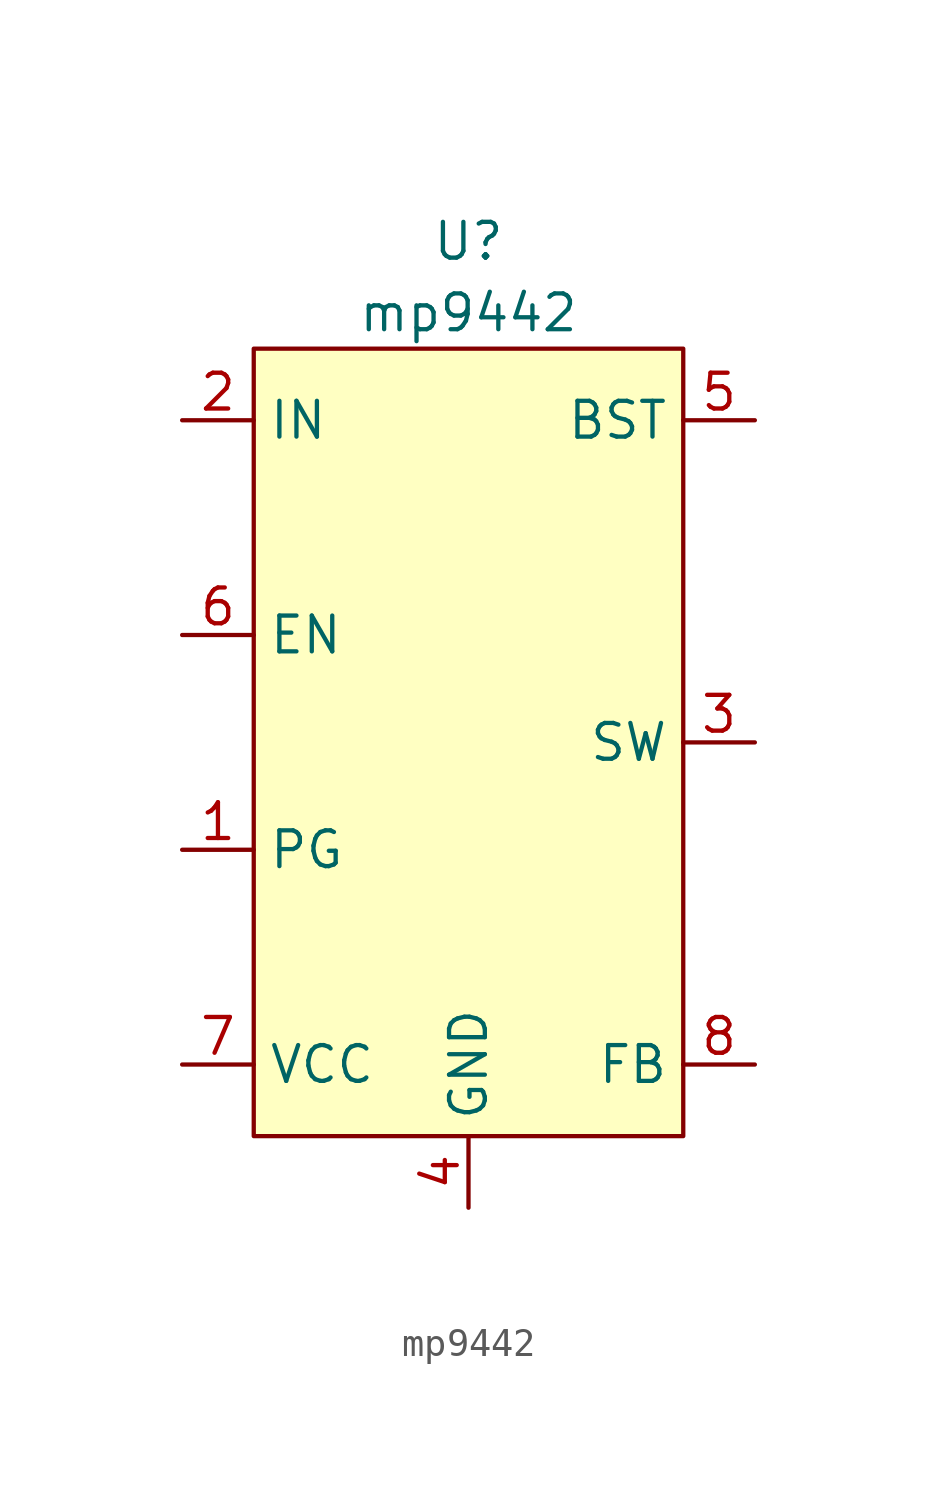
<source format=kicad_sym>
(kicad_symbol_lib
  (version 20211014)
  (generator kicad_symbol_editor)
  (symbol "mp9442"
    (property "Reference" "U"
      (at 0 17.78 0)
      (effects (font (size 1.27 1.27))))
    (property "Value" "mp9442"
      (at 0 15.24 0)
      (effects (font (size 1.27 1.27))))
    (symbol "mp9442_0_1"
      (rectangle (start -7.62 13.97) (end 7.62 -13.97) (stroke (width 0.152) (type default) (color 0 0 0 0)) (fill (type background))))
    (symbol "mp9442_1_1"
      (pin input line (at -10.16 -3.81 0) (length 2.54) (name "PG" (effects (font (size 1.27 1.27)))) (number "1" (effects (font (size 1.27 1.27)))))
      (pin input line (at -10.16 11.43 0) (length 2.54) (name "IN" (effects (font (size 1.27 1.27)))) (number "2" (effects (font (size 1.27 1.27)))))
      (pin input line (at 10.16 0 180) (length 2.54) (name "SW" (effects (font (size 1.27 1.27)))) (number "3" (effects (font (size 1.27 1.27)))))
      (pin input line (at 0 -16.51 90) (length 2.54) (name "GND" (effects (font (size 1.27 1.27)))) (number "4" (effects (font (size 1.27 1.27)))))
      (pin input line (at 10.16 11.43 180) (length 2.54) (name "BST" (effects (font (size 1.27 1.27)))) (number "5" (effects (font (size 1.27 1.27)))))
      (pin input line (at -10.16 3.81 0) (length 2.54) (name "EN" (effects (font (size 1.27 1.27)))) (number "6" (effects (font (size 1.27 1.27)))))
      (pin input line (at -10.16 -11.43 0) (length 2.54) (name "VCC" (effects (font (size 1.27 1.27)))) (number "7" (effects (font (size 1.27 1.27)))))
      (pin input line (at 10.16 -11.43 180) (length 2.54) (name "FB" (effects (font (size 1.27 1.27)))) (number "8" (effects (font (size 1.27 1.27))))))))
</source>
